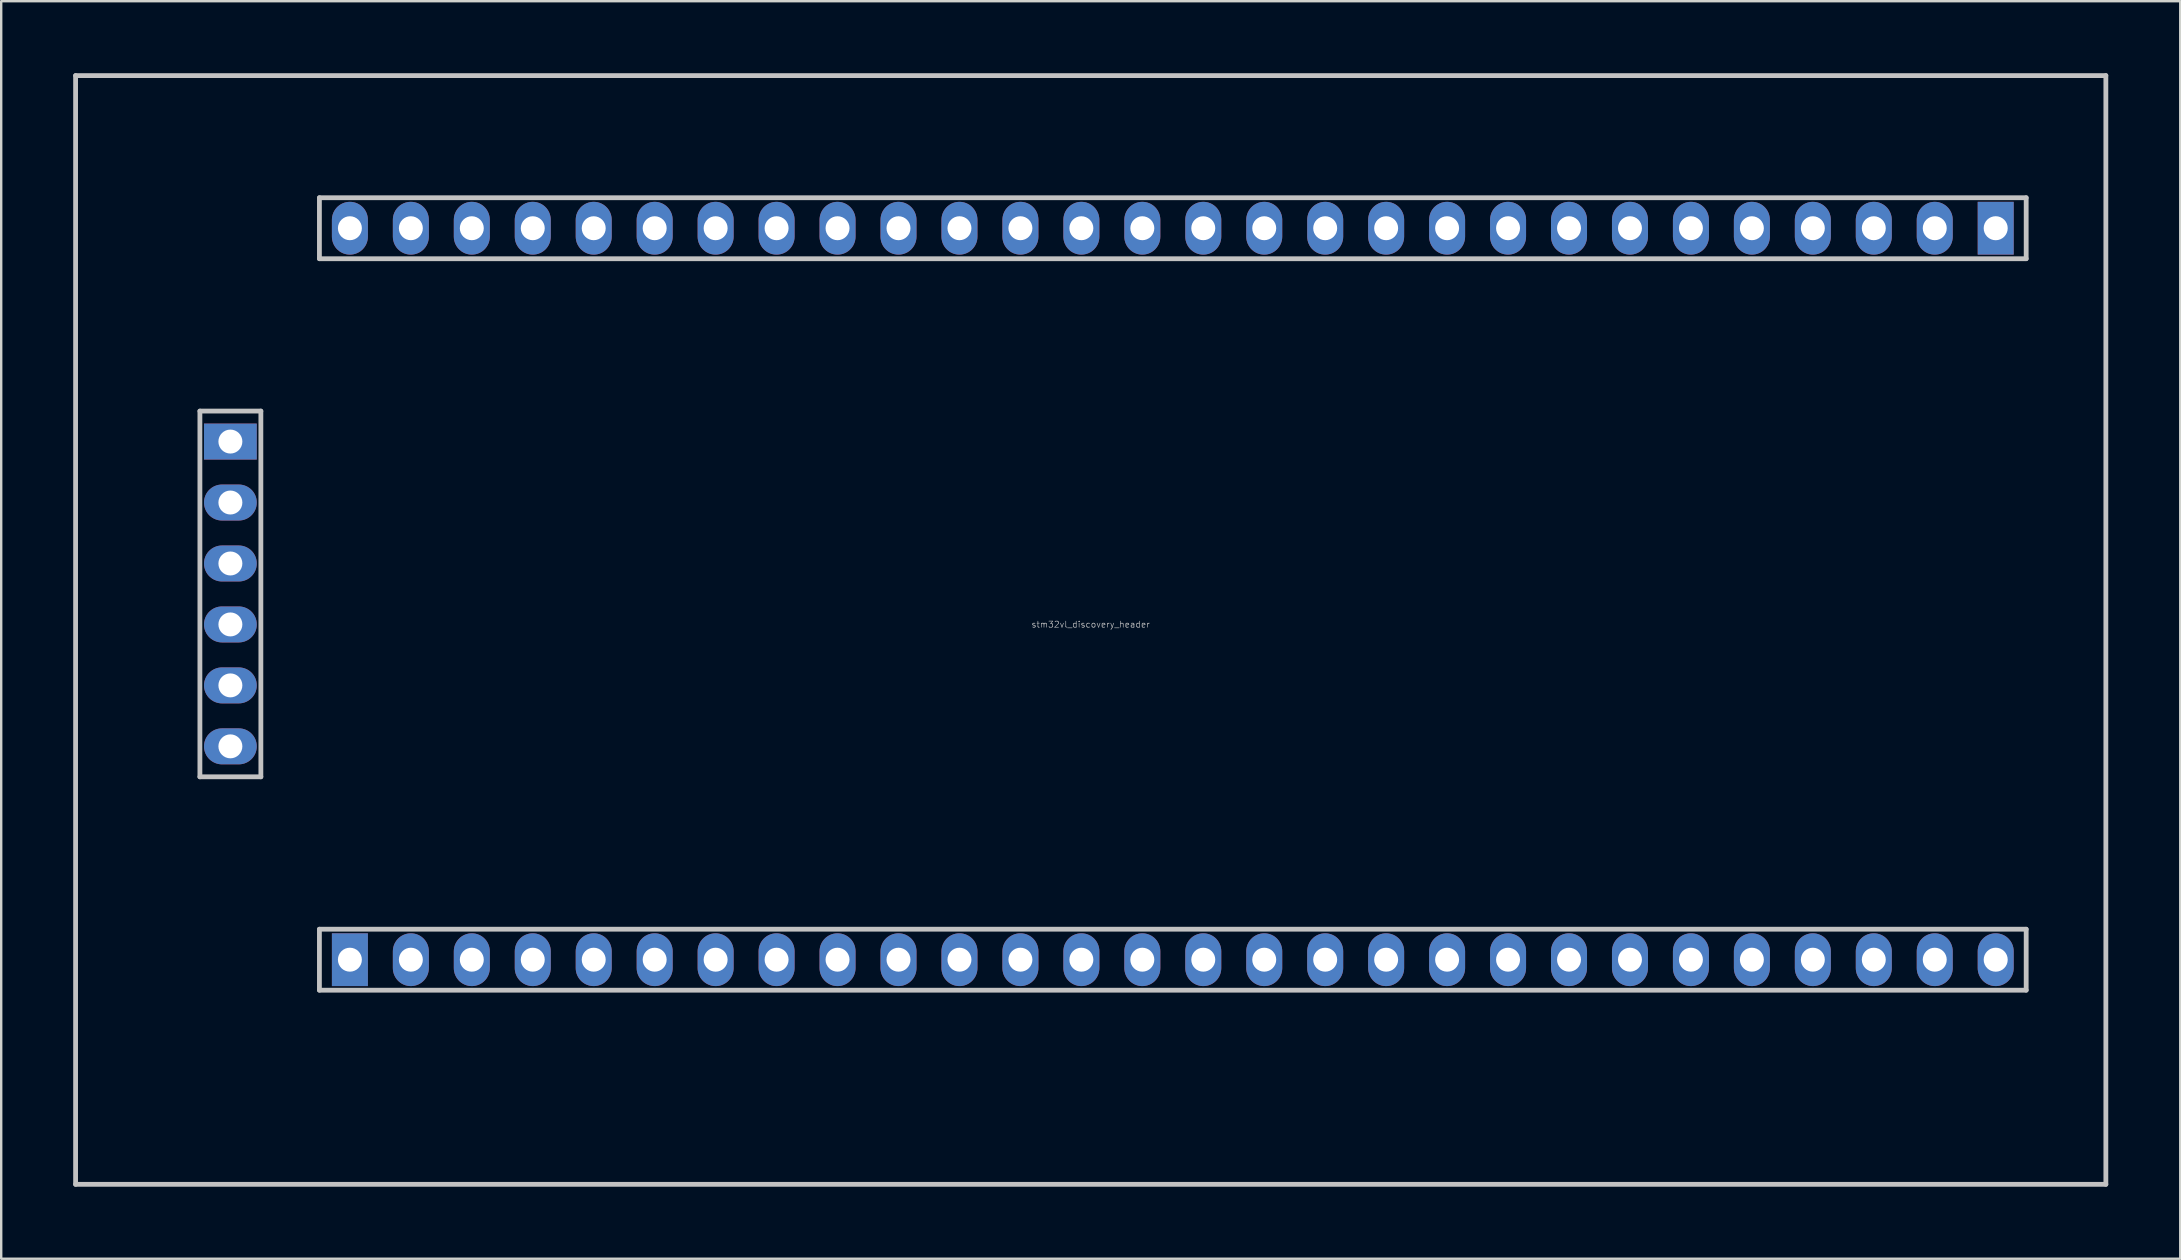
<source format=kicad_pcb>
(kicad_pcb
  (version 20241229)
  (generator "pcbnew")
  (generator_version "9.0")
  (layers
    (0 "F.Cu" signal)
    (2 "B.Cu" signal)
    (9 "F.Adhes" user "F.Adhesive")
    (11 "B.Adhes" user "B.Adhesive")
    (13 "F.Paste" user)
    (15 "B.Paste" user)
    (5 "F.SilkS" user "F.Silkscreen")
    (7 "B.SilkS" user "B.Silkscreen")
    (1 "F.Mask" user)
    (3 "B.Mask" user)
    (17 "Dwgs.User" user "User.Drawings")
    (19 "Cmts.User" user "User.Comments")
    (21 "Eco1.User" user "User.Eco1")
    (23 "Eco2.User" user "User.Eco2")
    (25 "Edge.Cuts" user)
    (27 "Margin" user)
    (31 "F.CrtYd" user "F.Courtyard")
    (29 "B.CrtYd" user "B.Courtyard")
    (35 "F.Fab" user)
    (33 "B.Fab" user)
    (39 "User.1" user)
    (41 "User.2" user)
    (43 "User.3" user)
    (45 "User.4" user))
  (footprint "stm32vl_discovery_header"
    (layer "F.Cu")
    (at 42.4 21.7)
    (property "Reference" "stm32vl_discovery_header" (at 0 1.27 0) (layer "Dwgs.User") (effects (font (size 0.254 0.254) (thickness 0.025))))
    (attr through_hole)
    (fp_line (start -42.3 24.6) (end -42.3 -21.6) (stroke (width 0.2) (type solid)) (layer "Dwgs.User"))
    (fp_line (start -42.3 24.6) (end 42.3 24.6) (stroke (width 0.2) (type solid)) (layer "Dwgs.User"))
    (fp_line (start -37.12 -7.62) (end -37.12 7.62) (stroke (width 0.2) (type solid)) (layer "Dwgs.User"))
    (fp_line (start -37.12 -7.62) (end -34.58 -7.62) (stroke (width 0.2) (type solid)) (layer "Dwgs.User"))
    (fp_line (start -37.12 7.62) (end -34.58 7.62) (stroke (width 0.2) (type solid)) (layer "Dwgs.User"))
    (fp_line (start -34.58 -7.62) (end -34.58 7.62) (stroke (width 0.2) (type solid)) (layer "Dwgs.User"))
    (fp_line (start -32.14 -16.51) (end -32.14 -13.97) (stroke (width 0.2) (type solid)) (layer "Dwgs.User"))
    (fp_line (start -32.14 -16.51) (end 38.98 -16.51) (stroke (width 0.2) (type solid)) (layer "Dwgs.User"))
    (fp_line (start -32.14 -13.97) (end 38.98 -13.97) (stroke (width 0.2) (type solid)) (layer "Dwgs.User"))
    (fp_line (start -32.14 13.97) (end 38.98 13.97) (stroke (width 0.2) (type solid)) (layer "Dwgs.User"))
    (fp_line (start -32.14 16.51) (end -32.14 13.97) (stroke (width 0.2) (type solid)) (layer "Dwgs.User"))
    (fp_line (start -32.14 16.51) (end 38.98 16.51) (stroke (width 0.2) (type solid)) (layer "Dwgs.User"))
    (fp_line (start 38.98 -16.51) (end 38.98 -13.97) (stroke (width 0.2) (type solid)) (layer "Dwgs.User"))
    (fp_line (start 38.98 16.51) (end 38.98 13.97) (stroke (width 0.2) (type solid)) (layer "Dwgs.User"))
    (fp_line (start 42.3 -21.6) (end -42.3 -21.6) (stroke (width 0.2) (type solid)) (layer "Dwgs.User"))
    (fp_line (start 42.3 24.6) (end 42.3 -21.6) (stroke (width 0.2) (type solid)) (layer "Dwgs.User"))
    (pad "1" thru_hole rect (at 37.71 -15.24) (size 1.5 2.2) (drill 1.001) (layers "*.Cu" "*.Mask"))
    (pad "2" thru_hole oval (at 35.17 -15.24) (size 1.5 2.2) (drill 0.998) (layers "*.Cu" "*.Mask"))
    (pad "3" thru_hole oval (at 32.63 -15.24) (size 1.5 2.2) (drill 0.998) (layers "*.Cu" "*.Mask"))
    (pad "4" thru_hole oval (at 30.09 -15.24) (size 1.5 2.2) (drill 0.998) (layers "*.Cu" "*.Mask"))
    (pad "5" thru_hole oval (at 27.55 -15.24) (size 1.5 2.2) (drill 0.998) (layers "*.Cu" "*.Mask"))
    (pad "6" thru_hole oval (at 25.01 -15.24) (size 1.5 2.2) (drill 0.998) (layers "*.Cu" "*.Mask"))
    (pad "7" thru_hole oval (at 22.47 -15.24) (size 1.5 2.2) (drill 0.998) (layers "*.Cu" "*.Mask"))
    (pad "8" thru_hole oval (at 19.93 -15.24) (size 1.5 2.2) (drill 0.998) (layers "*.Cu" "*.Mask"))
    (pad "9" thru_hole oval (at 17.39 -15.24) (size 1.5 2.2) (drill 0.998) (layers "*.Cu" "*.Mask"))
    (pad "10" thru_hole oval (at 14.85 -15.24) (size 1.5 2.2) (drill 0.998) (layers "*.Cu" "*.Mask"))
    (pad "11" thru_hole oval (at 12.31 -15.24) (size 1.5 2.2) (drill 0.998) (layers "*.Cu" "*.Mask"))
    (pad "12" thru_hole oval (at 9.77 -15.24) (size 1.5 2.2) (drill 0.998) (layers "*.Cu" "*.Mask"))
    (pad "13" thru_hole oval (at 7.23 -15.24) (size 1.5 2.2) (drill 0.998) (layers "*.Cu" "*.Mask"))
    (pad "14" thru_hole oval (at 4.69 -15.24) (size 1.5 2.2) (drill 0.998) (layers "*.Cu" "*.Mask"))
    (pad "15" thru_hole oval (at 2.15 -15.24) (size 1.5 2.2) (drill 0.998) (layers "*.Cu" "*.Mask"))
    (pad "16" thru_hole oval (at -0.39 -15.24) (size 1.5 2.2) (drill 0.998) (layers "*.Cu" "*.Mask"))
    (pad "17" thru_hole oval (at -2.93 -15.24) (size 1.5 2.2) (drill 0.998) (layers "*.Cu" "*.Mask"))
    (pad "18" thru_hole oval (at -5.47 -15.24) (size 1.5 2.2) (drill 0.998) (layers "*.Cu" "*.Mask"))
    (pad "19" thru_hole oval (at -8.01 -15.24) (size 1.5 2.2) (drill 0.998) (layers "*.Cu" "*.Mask"))
    (pad "20" thru_hole oval (at -10.55 -15.24) (size 1.5 2.2) (drill 0.998) (layers "*.Cu" "*.Mask"))
    (pad "21" thru_hole oval (at -13.09 -15.24) (size 1.5 2.2) (drill 0.998) (layers "*.Cu" "*.Mask"))
    (pad "22" thru_hole oval (at -15.63 -15.24) (size 1.5 2.2) (drill 0.998) (layers "*.Cu" "*.Mask"))
    (pad "23" thru_hole oval (at -18.17 -15.24) (size 1.5 2.2) (drill 0.998) (layers "*.Cu" "*.Mask"))
    (pad "24" thru_hole oval (at -20.71 -15.24) (size 1.5 2.2) (drill 0.998) (layers "*.Cu" "*.Mask"))
    (pad "25" thru_hole oval (at -23.25 -15.24) (size 1.5 2.2) (drill 0.998) (layers "*.Cu" "*.Mask"))
    (pad "26" thru_hole oval (at -25.79 -15.24) (size 1.5 2.2) (drill 0.998) (layers "*.Cu" "*.Mask"))
    (pad "27" thru_hole oval (at -28.33 -15.24) (size 1.5 2.2) (drill 0.998) (layers "*.Cu" "*.Mask"))
    (pad "28" thru_hole oval (at -30.87 -15.24) (size 1.5 2.2) (drill 0.998) (layers "*.Cu" "*.Mask"))
    (pad "29" thru_hole rect (at -35.85 -6.35) (size 2.2 1.5) (drill 0.998) (layers "*.Cu" "*.Mask"))
    (pad "30" thru_hole oval (at -35.85 -3.81) (size 2.2 1.5) (drill 0.998) (layers "*.Cu" "*.Mask"))
    (pad "31" thru_hole oval (at -35.85 -1.27) (size 2.2 1.5) (drill 0.998) (layers "*.Cu" "*.Mask"))
    (pad "32" thru_hole oval (at -35.85 1.27) (size 2.2 1.5) (drill 0.998) (layers "*.Cu" "*.Mask"))
    (pad "33" thru_hole oval (at -35.85 3.81) (size 2.2 1.5) (drill 0.998) (layers "*.Cu" "*.Mask"))
    (pad "34" thru_hole oval (at -35.85 6.35) (size 2.2 1.5) (drill 0.998) (layers "*.Cu" "*.Mask"))
    (pad "35" thru_hole rect (at -30.87 15.24) (size 1.5 2.2) (drill 0.998) (layers "*.Cu" "*.Mask"))
    (pad "36" thru_hole oval (at -28.33 15.24) (size 1.5 2.2) (drill 0.998) (layers "*.Cu" "*.Mask"))
    (pad "37" thru_hole oval (at -25.79 15.24) (size 1.5 2.2) (drill 0.998) (layers "*.Cu" "*.Mask"))
    (pad "38" thru_hole oval (at -23.25 15.24) (size 1.5 2.2) (drill 0.998) (layers "*.Cu" "*.Mask"))
    (pad "39" thru_hole oval (at -20.71 15.24) (size 1.5 2.2) (drill 0.998) (layers "*.Cu" "*.Mask"))
    (pad "40" thru_hole oval (at -18.17 15.24) (size 1.5 2.2) (drill 0.998) (layers "*.Cu" "*.Mask"))
    (pad "41" thru_hole oval (at -15.63 15.24) (size 1.5 2.2) (drill 0.998) (layers "*.Cu" "*.Mask"))
    (pad "42" thru_hole oval (at -13.09 15.24) (size 1.5 2.2) (drill 0.998) (layers "*.Cu" "*.Mask"))
    (pad "43" thru_hole oval (at -10.55 15.24) (size 1.5 2.2) (drill 0.998) (layers "*.Cu" "*.Mask"))
    (pad "44" thru_hole oval (at -8.01 15.24) (size 1.5 2.2) (drill 0.998) (layers "*.Cu" "*.Mask"))
    (pad "45" thru_hole oval (at -5.47 15.24) (size 1.5 2.2) (drill 0.998) (layers "*.Cu" "*.Mask"))
    (pad "46" thru_hole oval (at -2.93 15.24) (size 1.5 2.2) (drill 0.998) (layers "*.Cu" "*.Mask"))
    (pad "47" thru_hole oval (at -0.39 15.24) (size 1.5 2.2) (drill 0.998) (layers "*.Cu" "*.Mask"))
    (pad "48" thru_hole oval (at 2.15 15.24) (size 1.5 2.2) (drill 0.998) (layers "*.Cu" "*.Mask"))
    (pad "49" thru_hole oval (at 4.69 15.24) (size 1.5 2.2) (drill 0.998) (layers "*.Cu" "*.Mask"))
    (pad "50" thru_hole oval (at 7.23 15.24) (size 1.5 2.2) (drill 0.998) (layers "*.Cu" "*.Mask"))
    (pad "51" thru_hole oval (at 9.77 15.24) (size 1.5 2.2) (drill 0.998) (layers "*.Cu" "*.Mask"))
    (pad "52" thru_hole oval (at 12.31 15.24) (size 1.5 2.2) (drill 0.998) (layers "*.Cu" "*.Mask"))
    (pad "53" thru_hole oval (at 14.85 15.24) (size 1.5 2.2) (drill 0.998) (layers "*.Cu" "*.Mask"))
    (pad "54" thru_hole oval (at 17.39 15.24) (size 1.5 2.2) (drill 0.998) (layers "*.Cu" "*.Mask"))
    (pad "55" thru_hole oval (at 19.93 15.24) (size 1.5 2.2) (drill 0.998) (layers "*.Cu" "*.Mask"))
    (pad "56" thru_hole oval (at 22.47 15.24) (size 1.5 2.2) (drill 0.998) (layers "*.Cu" "*.Mask"))
    (pad "57" thru_hole oval (at 25.01 15.24) (size 1.5 2.2) (drill 0.998) (layers "*.Cu" "*.Mask"))
    (pad "58" thru_hole oval (at 27.55 15.24) (size 1.5 2.2) (drill 0.998) (layers "*.Cu" "*.Mask"))
    (pad "59" thru_hole oval (at 30.09 15.24) (size 1.5 2.2) (drill 0.998) (layers "*.Cu" "*.Mask"))
    (pad "60" thru_hole oval (at 32.63 15.24) (size 1.5 2.2) (drill 0.998) (layers "*.Cu" "*.Mask"))
    (pad "61" thru_hole oval (at 35.17 15.24) (size 1.5 2.2) (drill 0.998) (layers "*.Cu" "*.Mask"))
    (pad "62" thru_hole oval (at 37.71 15.24) (size 1.5 2.2) (drill 1.001) (layers "*.Cu" "*.Mask")))
  (gr_rect
    (start -3 -3)
    (end 87.8 49.4)
    (stroke (width 0.1) (type default))
    (fill no)
    (layer "Edge.Cuts")))
</source>
